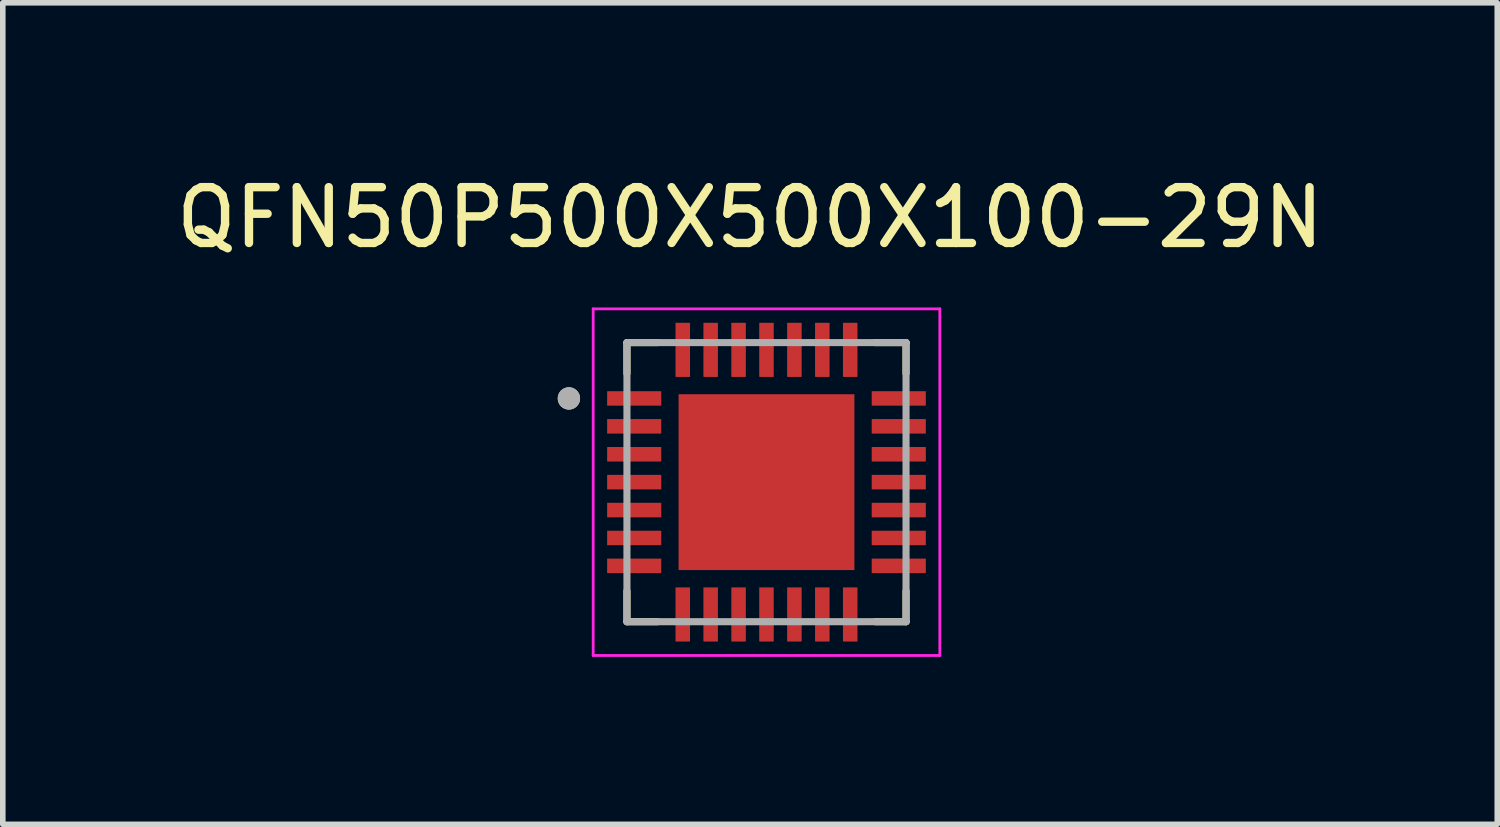
<source format=kicad_pcb>
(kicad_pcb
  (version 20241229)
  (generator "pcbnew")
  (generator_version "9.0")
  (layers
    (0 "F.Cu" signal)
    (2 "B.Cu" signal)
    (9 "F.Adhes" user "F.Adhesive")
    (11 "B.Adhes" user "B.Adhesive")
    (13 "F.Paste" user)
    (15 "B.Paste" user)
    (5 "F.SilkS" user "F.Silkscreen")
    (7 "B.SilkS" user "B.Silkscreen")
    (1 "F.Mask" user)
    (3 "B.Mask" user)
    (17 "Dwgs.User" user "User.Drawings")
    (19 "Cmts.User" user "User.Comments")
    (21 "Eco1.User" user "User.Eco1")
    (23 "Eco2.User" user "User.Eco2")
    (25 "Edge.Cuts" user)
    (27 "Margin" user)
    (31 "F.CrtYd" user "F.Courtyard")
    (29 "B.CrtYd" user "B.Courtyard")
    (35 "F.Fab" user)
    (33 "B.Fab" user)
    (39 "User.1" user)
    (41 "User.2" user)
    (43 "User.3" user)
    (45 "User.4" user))
  (footprint "QFN50P500X500X100-29N"
    (layer "F.Cu")
    (at 10.682 5.588)
    (property "Reference" "QFN50P500X500X100-29N" (at -0.295 -4.74 0) (layer "F.SilkS") (effects (font (size 1 1) (thickness 0.15))))
    (attr smd)
    (fp_line (start -2.5 -2.5) (end -2.5 -1.95) (stroke (width 0.127) (type solid)) (layer "F.SilkS"))
    (fp_line (start -2.5 -2.5) (end -1.95 -2.5) (stroke (width 0.127) (type solid)) (layer "F.SilkS"))
    (fp_line (start -2.5 2.5) (end -2.5 1.95) (stroke (width 0.127) (type solid)) (layer "F.SilkS"))
    (fp_line (start -2.5 2.5) (end -1.95 2.5) (stroke (width 0.127) (type solid)) (layer "F.SilkS"))
    (fp_line (start 2.5 -2.5) (end 1.95 -2.5) (stroke (width 0.127) (type solid)) (layer "F.SilkS"))
    (fp_line (start 2.5 -2.5) (end 2.5 -1.95) (stroke (width 0.127) (type solid)) (layer "F.SilkS"))
    (fp_line (start 2.5 2.5) (end 1.95 2.5) (stroke (width 0.127) (type solid)) (layer "F.SilkS"))
    (fp_line (start 2.5 2.5) (end 2.5 1.95) (stroke (width 0.127) (type solid)) (layer "F.SilkS"))
    (fp_circle (center -3.54 -1.5) (end -3.44 -1.5) (stroke (width 0.2) (type solid)) (fill no) (layer "F.SilkS"))
    (fp_poly (pts (xy -1 -1) (xy 1 -1) (xy 1 1) (xy -1 1)) (stroke (width 0.01) (type solid)) (fill yes) (layer "F.Paste"))
    (fp_line (start -3.105 -3.105) (end 3.105 -3.105) (stroke (width 0.05) (type solid)) (layer "F.CrtYd"))
    (fp_line (start -3.105 3.105) (end -3.105 -3.105) (stroke (width 0.05) (type solid)) (layer "F.CrtYd"))
    (fp_line (start -3.105 3.105) (end 3.105 3.105) (stroke (width 0.05) (type solid)) (layer "F.CrtYd"))
    (fp_line (start 3.105 3.105) (end 3.105 -3.105) (stroke (width 0.05) (type solid)) (layer "F.CrtYd"))
    (fp_line (start -2.5 2.5) (end -2.5 -2.5) (stroke (width 0.127) (type solid)) (layer "F.Fab"))
    (fp_line (start 2.5 -2.5) (end -2.5 -2.5) (stroke (width 0.127) (type solid)) (layer "F.Fab"))
    (fp_line (start 2.5 2.5) (end -2.5 2.5) (stroke (width 0.127) (type solid)) (layer "F.Fab"))
    (fp_line (start 2.5 2.5) (end 2.5 -2.5) (stroke (width 0.127) (type solid)) (layer "F.Fab"))
    (fp_circle (center -3.54 -1.5) (end -3.44 -1.5) (stroke (width 0.2) (type solid)) (fill no) (layer "F.Fab"))
    (pad "1" smd roundrect (at -2.37 -1.5) (size 0.97 0.26) (layers "F.Cu" "F.Mask" "F.Paste") (roundrect_rratio 0.03))
    (pad "2" smd roundrect (at -2.37 -1) (size 0.97 0.26) (layers "F.Cu" "F.Mask" "F.Paste") (roundrect_rratio 0.03))
    (pad "3" smd roundrect (at -2.37 -0.5) (size 0.97 0.26) (layers "F.Cu" "F.Mask" "F.Paste") (roundrect_rratio 0.03))
    (pad "4" smd roundrect (at -2.37 0) (size 0.97 0.26) (layers "F.Cu" "F.Mask" "F.Paste") (roundrect_rratio 0.03))
    (pad "5" smd roundrect (at -2.37 0.5) (size 0.97 0.26) (layers "F.Cu" "F.Mask" "F.Paste") (roundrect_rratio 0.03))
    (pad "6" smd roundrect (at -2.37 1) (size 0.97 0.26) (layers "F.Cu" "F.Mask" "F.Paste") (roundrect_rratio 0.03))
    (pad "7" smd roundrect (at -2.37 1.5) (size 0.97 0.26) (layers "F.Cu" "F.Mask" "F.Paste") (roundrect_rratio 0.03))
    (pad "8" smd roundrect (at -1.5 2.37 90) (size 0.97 0.26) (layers "F.Cu" "F.Mask" "F.Paste") (roundrect_rratio 0.03))
    (pad "9" smd roundrect (at -1 2.37 90) (size 0.97 0.26) (layers "F.Cu" "F.Mask" "F.Paste") (roundrect_rratio 0.03))
    (pad "10" smd roundrect (at -0.5 2.37 90) (size 0.97 0.26) (layers "F.Cu" "F.Mask" "F.Paste") (roundrect_rratio 0.03))
    (pad "11" smd roundrect (at 0 2.37 90) (size 0.97 0.26) (layers "F.Cu" "F.Mask" "F.Paste") (roundrect_rratio 0.03))
    (pad "12" smd roundrect (at 0.5 2.37 90) (size 0.97 0.26) (layers "F.Cu" "F.Mask" "F.Paste") (roundrect_rratio 0.03))
    (pad "13" smd roundrect (at 1 2.37 90) (size 0.97 0.26) (layers "F.Cu" "F.Mask" "F.Paste") (roundrect_rratio 0.03))
    (pad "14" smd roundrect (at 1.5 2.37 90) (size 0.97 0.26) (layers "F.Cu" "F.Mask" "F.Paste") (roundrect_rratio 0.03))
    (pad "15" smd roundrect (at 2.37 1.5) (size 0.97 0.26) (layers "F.Cu" "F.Mask" "F.Paste") (roundrect_rratio 0.03))
    (pad "16" smd roundrect (at 2.37 1) (size 0.97 0.26) (layers "F.Cu" "F.Mask" "F.Paste") (roundrect_rratio 0.03))
    (pad "17" smd roundrect (at 2.37 0.5) (size 0.97 0.26) (layers "F.Cu" "F.Mask" "F.Paste") (roundrect_rratio 0.03))
    (pad "18" smd roundrect (at 2.37 0) (size 0.97 0.26) (layers "F.Cu" "F.Mask" "F.Paste") (roundrect_rratio 0.03))
    (pad "19" smd roundrect (at 2.37 -0.5) (size 0.97 0.26) (layers "F.Cu" "F.Mask" "F.Paste") (roundrect_rratio 0.03))
    (pad "20" smd roundrect (at 2.37 -1) (size 0.97 0.26) (layers "F.Cu" "F.Mask" "F.Paste") (roundrect_rratio 0.03))
    (pad "21" smd roundrect (at 2.37 -1.5) (size 0.97 0.26) (layers "F.Cu" "F.Mask" "F.Paste") (roundrect_rratio 0.03))
    (pad "22" smd roundrect (at 1.5 -2.37 90) (size 0.97 0.26) (layers "F.Cu" "F.Mask" "F.Paste") (roundrect_rratio 0.03))
    (pad "23" smd roundrect (at 1 -2.37 90) (size 0.97 0.26) (layers "F.Cu" "F.Mask" "F.Paste") (roundrect_rratio 0.03))
    (pad "24" smd roundrect (at 0.5 -2.37 90) (size 0.97 0.26) (layers "F.Cu" "F.Mask" "F.Paste") (roundrect_rratio 0.03))
    (pad "25" smd roundrect (at 0 -2.37 90) (size 0.97 0.26) (layers "F.Cu" "F.Mask" "F.Paste") (roundrect_rratio 0.03))
    (pad "26" smd roundrect (at -0.5 -2.37 90) (size 0.97 0.26) (layers "F.Cu" "F.Mask" "F.Paste") (roundrect_rratio 0.03))
    (pad "27" smd roundrect (at -1 -2.37 90) (size 0.97 0.26) (layers "F.Cu" "F.Mask" "F.Paste") (roundrect_rratio 0.03))
    (pad "28" smd roundrect (at -1.5 -2.37 90) (size 0.97 0.26) (layers "F.Cu" "F.Mask" "F.Paste") (roundrect_rratio 0.03))
    (pad "29" smd rect (at 0 0) (size 3.15 3.15) (layers "F.Cu" "F.Mask")))
  (gr_rect
    (start -3 -3)
    (end 23.774 11.718)
    (stroke (width 0.1) (type default))
    (fill no)
    (layer "Edge.Cuts")))
</source>
